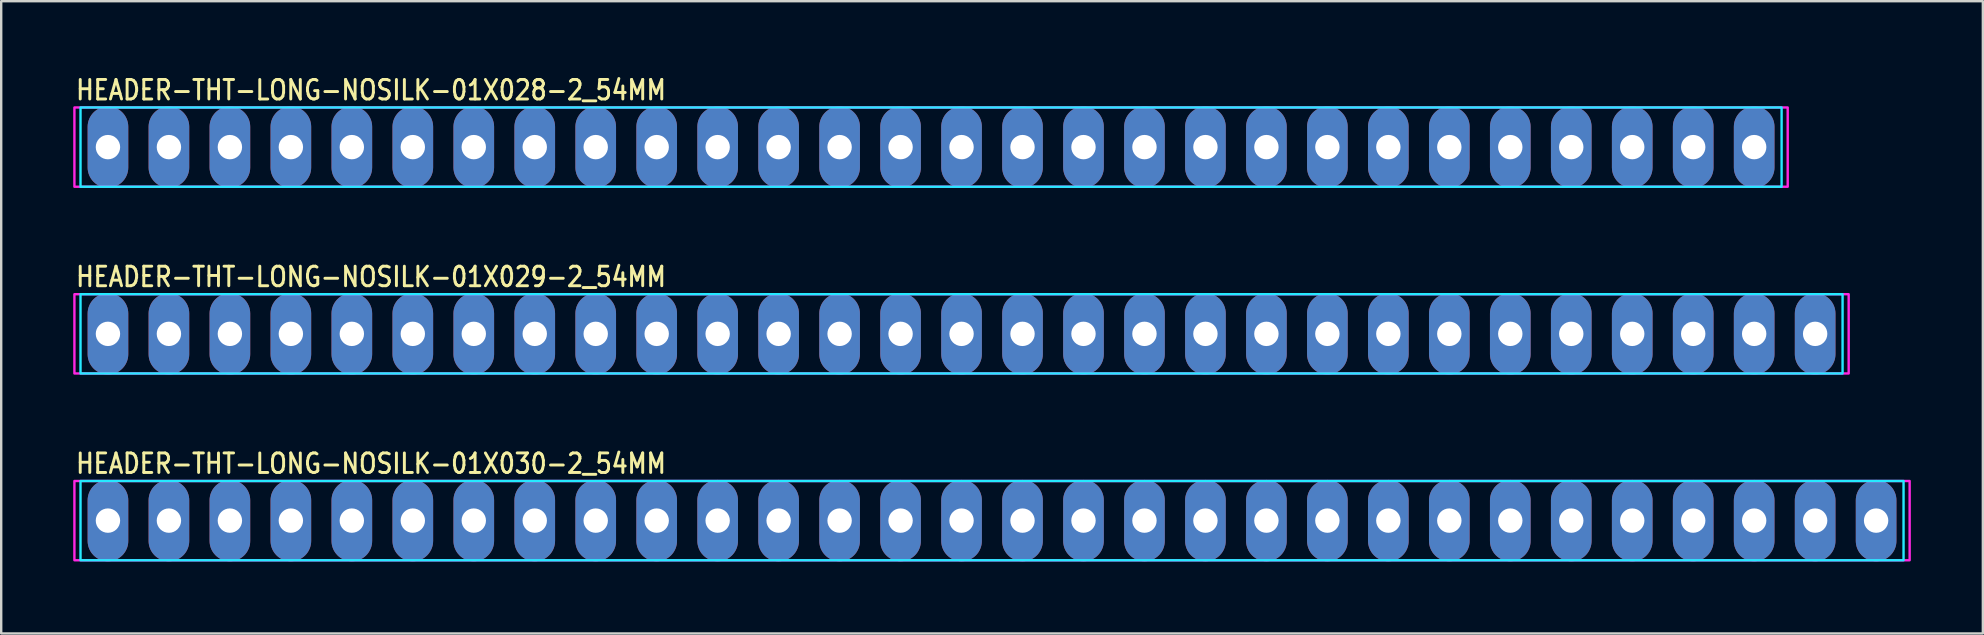
<source format=kicad_pcb>
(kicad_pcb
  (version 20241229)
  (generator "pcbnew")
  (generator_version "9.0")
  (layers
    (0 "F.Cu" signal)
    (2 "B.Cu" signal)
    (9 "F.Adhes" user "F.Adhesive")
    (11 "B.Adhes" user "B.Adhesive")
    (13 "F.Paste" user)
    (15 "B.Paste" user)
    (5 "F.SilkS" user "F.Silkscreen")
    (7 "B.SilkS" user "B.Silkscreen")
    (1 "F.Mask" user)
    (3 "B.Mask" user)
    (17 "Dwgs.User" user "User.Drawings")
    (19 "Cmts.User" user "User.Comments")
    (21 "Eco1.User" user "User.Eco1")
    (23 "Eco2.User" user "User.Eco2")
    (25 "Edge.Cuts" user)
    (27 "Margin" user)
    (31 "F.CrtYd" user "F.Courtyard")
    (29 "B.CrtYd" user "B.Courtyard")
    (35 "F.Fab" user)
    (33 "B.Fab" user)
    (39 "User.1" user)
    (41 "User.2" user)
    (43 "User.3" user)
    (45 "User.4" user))
  (footprint "HEADER-THT-LONG-NOSILK-01X029-2_54MM"
    (layer "F.Cu")
    (at 1.447 10.858)
    (property "Reference" "HEADER-THT-LONG-NOSILK-01X029-2_54MM" (at -1.4 -1.9 0) (unlocked yes) (layer "F.SilkS") (effects (font (size 0.813 0.695) (thickness 0.122)) (justify left bottom)))
    (fp_poly (pts (xy -1.143 -1.651) (xy 72.263 -1.651) (xy 72.263 1.651) (xy -1.143 1.651)) (stroke (width 0.1) (type solid)) (fill no) (layer "B.CrtYd"))
    (fp_poly (pts (xy -1.397 -1.651) (xy 72.517 -1.651) (xy 72.517 1.651) (xy -1.397 1.651)) (stroke (width 0.1) (type solid)) (fill no) (layer "F.CrtYd"))
    (pad "1" thru_hole oval (at 0 0 90) (size 3.387 1.693) (drill 1.016) (layers "*.Cu" "*.Mask"))
    (pad "2" thru_hole oval (at 2.54 0 90) (size 3.387 1.693) (drill 1.016) (layers "*.Cu" "*.Mask"))
    (pad "3" thru_hole oval (at 5.08 0 90) (size 3.387 1.693) (drill 1.016) (layers "*.Cu" "*.Mask"))
    (pad "4" thru_hole oval (at 7.62 0 90) (size 3.387 1.693) (drill 1.016) (layers "*.Cu" "*.Mask"))
    (pad "5" thru_hole oval (at 10.16 0 90) (size 3.387 1.693) (drill 1.016) (layers "*.Cu" "*.Mask"))
    (pad "6" thru_hole oval (at 12.7 0 90) (size 3.387 1.693) (drill 1.016) (layers "*.Cu" "*.Mask"))
    (pad "7" thru_hole oval (at 15.24 0 90) (size 3.387 1.693) (drill 1.016) (layers "*.Cu" "*.Mask"))
    (pad "8" thru_hole oval (at 17.78 0 90) (size 3.387 1.693) (drill 1.016) (layers "*.Cu" "*.Mask"))
    (pad "9" thru_hole oval (at 20.32 0 90) (size 3.387 1.693) (drill 1.016) (layers "*.Cu" "*.Mask"))
    (pad "10" thru_hole oval (at 22.86 0 90) (size 3.387 1.693) (drill 1.016) (layers "*.Cu" "*.Mask"))
    (pad "11" thru_hole oval (at 25.4 0 90) (size 3.387 1.693) (drill 1.016) (layers "*.Cu" "*.Mask"))
    (pad "12" thru_hole oval (at 27.94 0 90) (size 3.387 1.693) (drill 1.016) (layers "*.Cu" "*.Mask"))
    (pad "13" thru_hole oval (at 30.48 0 90) (size 3.387 1.693) (drill 1.016) (layers "*.Cu" "*.Mask"))
    (pad "14" thru_hole oval (at 33.02 0 90) (size 3.387 1.693) (drill 1.016) (layers "*.Cu" "*.Mask"))
    (pad "15" thru_hole oval (at 35.56 0 90) (size 3.387 1.693) (drill 1.016) (layers "*.Cu" "*.Mask"))
    (pad "16" thru_hole oval (at 38.1 0 90) (size 3.387 1.693) (drill 1.016) (layers "*.Cu" "*.Mask"))
    (pad "17" thru_hole oval (at 40.64 0 90) (size 3.387 1.693) (drill 1.016) (layers "*.Cu" "*.Mask"))
    (pad "18" thru_hole oval (at 43.18 0 90) (size 3.387 1.693) (drill 1.016) (layers "*.Cu" "*.Mask"))
    (pad "19" thru_hole oval (at 45.72 0 90) (size 3.387 1.693) (drill 1.016) (layers "*.Cu" "*.Mask"))
    (pad "20" thru_hole oval (at 48.26 0 90) (size 3.387 1.693) (drill 1.016) (layers "*.Cu" "*.Mask"))
    (pad "21" thru_hole oval (at 50.8 0 90) (size 3.387 1.693) (drill 1.016) (layers "*.Cu" "*.Mask"))
    (pad "22" thru_hole oval (at 53.34 0 90) (size 3.387 1.693) (drill 1.016) (layers "*.Cu" "*.Mask"))
    (pad "23" thru_hole oval (at 55.88 0 90) (size 3.387 1.693) (drill 1.016) (layers "*.Cu" "*.Mask"))
    (pad "24" thru_hole oval (at 58.42 0 90) (size 3.387 1.693) (drill 1.016) (layers "*.Cu" "*.Mask"))
    (pad "25" thru_hole oval (at 60.96 0 90) (size 3.387 1.693) (drill 1.016) (layers "*.Cu" "*.Mask"))
    (pad "26" thru_hole oval (at 63.5 0 90) (size 3.387 1.693) (drill 1.016) (layers "*.Cu" "*.Mask"))
    (pad "27" thru_hole oval (at 66.04 0 90) (size 3.387 1.693) (drill 1.016) (layers "*.Cu" "*.Mask"))
    (pad "28" thru_hole oval (at 68.58 0 90) (size 3.387 1.693) (drill 1.016) (layers "*.Cu" "*.Mask"))
    (pad "29" thru_hole oval (at 71.12 0 90) (size 3.387 1.693) (drill 1.016) (layers "*.Cu" "*.Mask")))
  (footprint "HEADER-THT-LONG-NOSILK-01X030-2_54MM"
    (layer "F.Cu")
    (at 1.447 18.638)
    (property "Reference" "HEADER-THT-LONG-NOSILK-01X030-2_54MM" (at -1.4 -1.9 0) (unlocked yes) (layer "F.SilkS") (effects (font (size 0.813 0.695) (thickness 0.122)) (justify left bottom)))
    (fp_poly (pts (xy -1.143 -1.651) (xy 74.803 -1.651) (xy 74.803 1.651) (xy -1.143 1.651)) (stroke (width 0.1) (type solid)) (fill no) (layer "B.CrtYd"))
    (fp_poly (pts (xy -1.397 -1.651) (xy 75.057 -1.651) (xy 75.057 1.651) (xy -1.397 1.651)) (stroke (width 0.1) (type solid)) (fill no) (layer "F.CrtYd"))
    (pad "1" thru_hole oval (at 0 0 90) (size 3.387 1.693) (drill 1.016) (layers "*.Cu" "*.Mask"))
    (pad "2" thru_hole oval (at 2.54 0 90) (size 3.387 1.693) (drill 1.016) (layers "*.Cu" "*.Mask"))
    (pad "3" thru_hole oval (at 5.08 0 90) (size 3.387 1.693) (drill 1.016) (layers "*.Cu" "*.Mask"))
    (pad "4" thru_hole oval (at 7.62 0 90) (size 3.387 1.693) (drill 1.016) (layers "*.Cu" "*.Mask"))
    (pad "5" thru_hole oval (at 10.16 0 90) (size 3.387 1.693) (drill 1.016) (layers "*.Cu" "*.Mask"))
    (pad "6" thru_hole oval (at 12.7 0 90) (size 3.387 1.693) (drill 1.016) (layers "*.Cu" "*.Mask"))
    (pad "7" thru_hole oval (at 15.24 0 90) (size 3.387 1.693) (drill 1.016) (layers "*.Cu" "*.Mask"))
    (pad "8" thru_hole oval (at 17.78 0 90) (size 3.387 1.693) (drill 1.016) (layers "*.Cu" "*.Mask"))
    (pad "9" thru_hole oval (at 20.32 0 90) (size 3.387 1.693) (drill 1.016) (layers "*.Cu" "*.Mask"))
    (pad "10" thru_hole oval (at 22.86 0 90) (size 3.387 1.693) (drill 1.016) (layers "*.Cu" "*.Mask"))
    (pad "11" thru_hole oval (at 25.4 0 90) (size 3.387 1.693) (drill 1.016) (layers "*.Cu" "*.Mask"))
    (pad "12" thru_hole oval (at 27.94 0 90) (size 3.387 1.693) (drill 1.016) (layers "*.Cu" "*.Mask"))
    (pad "13" thru_hole oval (at 30.48 0 90) (size 3.387 1.693) (drill 1.016) (layers "*.Cu" "*.Mask"))
    (pad "14" thru_hole oval (at 33.02 0 90) (size 3.387 1.693) (drill 1.016) (layers "*.Cu" "*.Mask"))
    (pad "15" thru_hole oval (at 35.56 0 90) (size 3.387 1.693) (drill 1.016) (layers "*.Cu" "*.Mask"))
    (pad "16" thru_hole oval (at 38.1 0 90) (size 3.387 1.693) (drill 1.016) (layers "*.Cu" "*.Mask"))
    (pad "17" thru_hole oval (at 40.64 0 90) (size 3.387 1.693) (drill 1.016) (layers "*.Cu" "*.Mask"))
    (pad "18" thru_hole oval (at 43.18 0 90) (size 3.387 1.693) (drill 1.016) (layers "*.Cu" "*.Mask"))
    (pad "19" thru_hole oval (at 45.72 0 90) (size 3.387 1.693) (drill 1.016) (layers "*.Cu" "*.Mask"))
    (pad "20" thru_hole oval (at 48.26 0 90) (size 3.387 1.693) (drill 1.016) (layers "*.Cu" "*.Mask"))
    (pad "21" thru_hole oval (at 50.8 0 90) (size 3.387 1.693) (drill 1.016) (layers "*.Cu" "*.Mask"))
    (pad "22" thru_hole oval (at 53.34 0 90) (size 3.387 1.693) (drill 1.016) (layers "*.Cu" "*.Mask"))
    (pad "23" thru_hole oval (at 55.88 0 90) (size 3.387 1.693) (drill 1.016) (layers "*.Cu" "*.Mask"))
    (pad "24" thru_hole oval (at 58.42 0 90) (size 3.387 1.693) (drill 1.016) (layers "*.Cu" "*.Mask"))
    (pad "25" thru_hole oval (at 60.96 0 90) (size 3.387 1.693) (drill 1.016) (layers "*.Cu" "*.Mask"))
    (pad "26" thru_hole oval (at 63.5 0 90) (size 3.387 1.693) (drill 1.016) (layers "*.Cu" "*.Mask"))
    (pad "27" thru_hole oval (at 66.04 0 90) (size 3.387 1.693) (drill 1.016) (layers "*.Cu" "*.Mask"))
    (pad "28" thru_hole oval (at 68.58 0 90) (size 3.387 1.693) (drill 1.016) (layers "*.Cu" "*.Mask"))
    (pad "29" thru_hole oval (at 71.12 0 90) (size 3.387 1.693) (drill 1.016) (layers "*.Cu" "*.Mask"))
    (pad "30" thru_hole oval (at 73.66 0 90) (size 3.387 1.693) (drill 1.016) (layers "*.Cu" "*.Mask")))
  (footprint "HEADER-THT-LONG-NOSILK-01X028-2_54MM"
    (layer "F.Cu")
    (at 1.447 3.079)
    (property "Reference" "HEADER-THT-LONG-NOSILK-01X028-2_54MM" (at -1.4 -1.9 0) (unlocked yes) (layer "F.SilkS") (effects (font (size 0.813 0.695) (thickness 0.122)) (justify left bottom)))
    (fp_poly (pts (xy -1.143 -1.651) (xy 69.723 -1.651) (xy 69.723 1.651) (xy -1.143 1.651)) (stroke (width 0.1) (type solid)) (fill no) (layer "B.CrtYd"))
    (fp_poly (pts (xy -1.397 -1.651) (xy 69.977 -1.651) (xy 69.977 1.651) (xy -1.397 1.651)) (stroke (width 0.1) (type solid)) (fill no) (layer "F.CrtYd"))
    (pad "1" thru_hole oval (at 0 0 90) (size 3.387 1.693) (drill 1.016) (layers "*.Cu" "*.Mask"))
    (pad "2" thru_hole oval (at 2.54 0 90) (size 3.387 1.693) (drill 1.016) (layers "*.Cu" "*.Mask"))
    (pad "3" thru_hole oval (at 5.08 0 90) (size 3.387 1.693) (drill 1.016) (layers "*.Cu" "*.Mask"))
    (pad "4" thru_hole oval (at 7.62 0 90) (size 3.387 1.693) (drill 1.016) (layers "*.Cu" "*.Mask"))
    (pad "5" thru_hole oval (at 10.16 0 90) (size 3.387 1.693) (drill 1.016) (layers "*.Cu" "*.Mask"))
    (pad "6" thru_hole oval (at 12.7 0 90) (size 3.387 1.693) (drill 1.016) (layers "*.Cu" "*.Mask"))
    (pad "7" thru_hole oval (at 15.24 0 90) (size 3.387 1.693) (drill 1.016) (layers "*.Cu" "*.Mask"))
    (pad "8" thru_hole oval (at 17.78 0 90) (size 3.387 1.693) (drill 1.016) (layers "*.Cu" "*.Mask"))
    (pad "9" thru_hole oval (at 20.32 0 90) (size 3.387 1.693) (drill 1.016) (layers "*.Cu" "*.Mask"))
    (pad "10" thru_hole oval (at 22.86 0 90) (size 3.387 1.693) (drill 1.016) (layers "*.Cu" "*.Mask"))
    (pad "11" thru_hole oval (at 25.4 0 90) (size 3.387 1.693) (drill 1.016) (layers "*.Cu" "*.Mask"))
    (pad "12" thru_hole oval (at 27.94 0 90) (size 3.387 1.693) (drill 1.016) (layers "*.Cu" "*.Mask"))
    (pad "13" thru_hole oval (at 30.48 0 90) (size 3.387 1.693) (drill 1.016) (layers "*.Cu" "*.Mask"))
    (pad "14" thru_hole oval (at 33.02 0 90) (size 3.387 1.693) (drill 1.016) (layers "*.Cu" "*.Mask"))
    (pad "15" thru_hole oval (at 35.56 0 90) (size 3.387 1.693) (drill 1.016) (layers "*.Cu" "*.Mask"))
    (pad "16" thru_hole oval (at 38.1 0 90) (size 3.387 1.693) (drill 1.016) (layers "*.Cu" "*.Mask"))
    (pad "17" thru_hole oval (at 40.64 0 90) (size 3.387 1.693) (drill 1.016) (layers "*.Cu" "*.Mask"))
    (pad "18" thru_hole oval (at 43.18 0 90) (size 3.387 1.693) (drill 1.016) (layers "*.Cu" "*.Mask"))
    (pad "19" thru_hole oval (at 45.72 0 90) (size 3.387 1.693) (drill 1.016) (layers "*.Cu" "*.Mask"))
    (pad "20" thru_hole oval (at 48.26 0 90) (size 3.387 1.693) (drill 1.016) (layers "*.Cu" "*.Mask"))
    (pad "21" thru_hole oval (at 50.8 0 90) (size 3.387 1.693) (drill 1.016) (layers "*.Cu" "*.Mask"))
    (pad "22" thru_hole oval (at 53.34 0 90) (size 3.387 1.693) (drill 1.016) (layers "*.Cu" "*.Mask"))
    (pad "23" thru_hole oval (at 55.88 0 90) (size 3.387 1.693) (drill 1.016) (layers "*.Cu" "*.Mask"))
    (pad "24" thru_hole oval (at 58.42 0 90) (size 3.387 1.693) (drill 1.016) (layers "*.Cu" "*.Mask"))
    (pad "25" thru_hole oval (at 60.96 0 90) (size 3.387 1.693) (drill 1.016) (layers "*.Cu" "*.Mask"))
    (pad "26" thru_hole oval (at 63.5 0 90) (size 3.387 1.693) (drill 1.016) (layers "*.Cu" "*.Mask"))
    (pad "27" thru_hole oval (at 66.04 0 90) (size 3.387 1.693) (drill 1.016) (layers "*.Cu" "*.Mask"))
    (pad "28" thru_hole oval (at 68.58 0 90) (size 3.387 1.693) (drill 1.016) (layers "*.Cu" "*.Mask")))
  (gr_rect
    (start -3 -3)
    (end 79.554 23.339)
    (stroke (width 0.1) (type default))
    (fill no)
    (layer "Edge.Cuts")))
</source>
